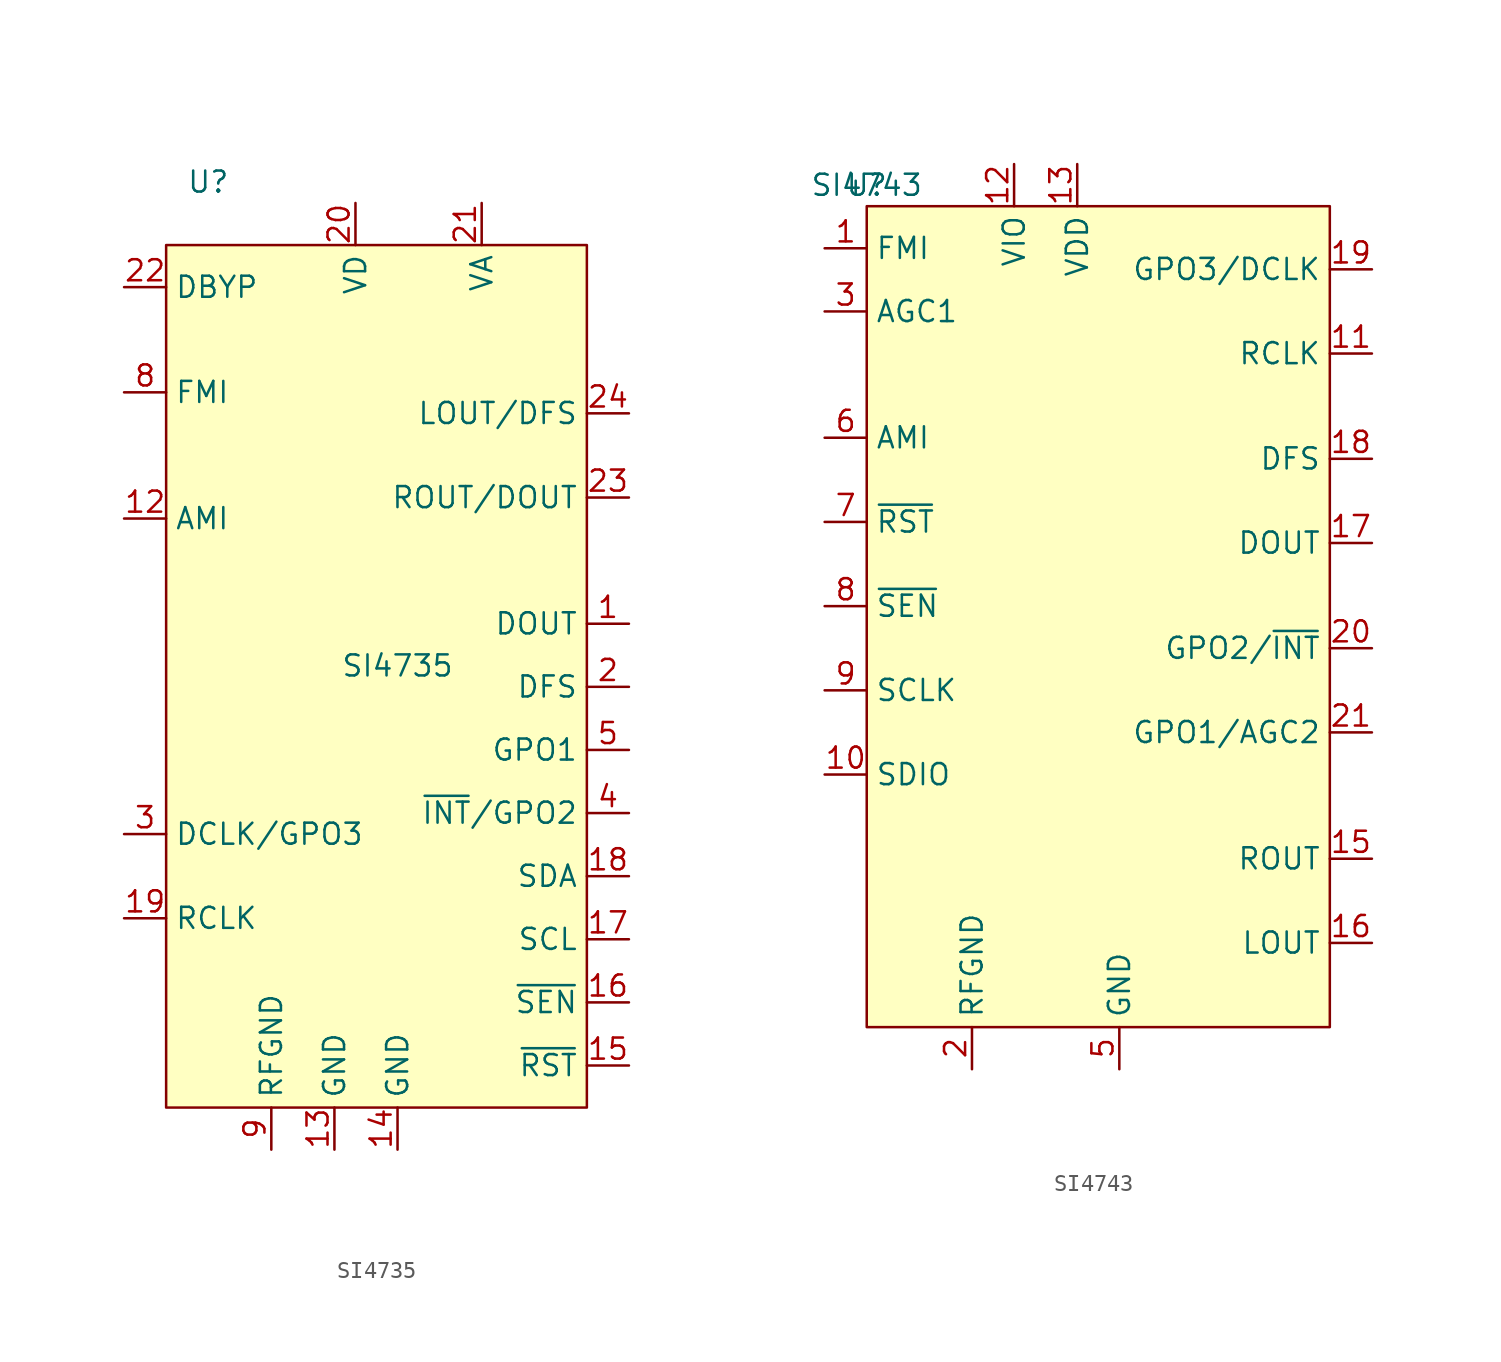
<source format=kicad_sym>
(kicad_symbol_lib
  (version 20211014)
  (generator kicad_symbol_editor)
  (symbol "SI4735"
    (property "Reference" "U"
      (at 2.54 5.08 0)
      (effects (font (size 1.27 1.27))))
    (property "Value" "SI4735"
      (at 13.97 -24.13 0)
      (effects (font (size 1.27 1.27))))
    (symbol "SI4735_0_1"
      (rectangle (start 0 1.27) (end 25.4 -50.8) (stroke (width 0) (type default) (color 0 0 0 0)) (fill (type background))))
    (symbol "SI4735_1_1"
      (pin input line (at 27.94 -21.59 180) (length 2.54) (name "DOUT" (effects (font (size 1.27 1.27)))) (number "1" (effects (font (size 1.27 1.27)))))
      (pin no_connect line (at 13.97 -6.35 90) (length 2.54) hide (name "NC" (effects (font (size 1.27 1.27)))) (number "10" (effects (font (size 1.27 1.27)))))
      (pin no_connect line (at 13.97 -6.35 90) (length 2.54) hide (name "NC" (effects (font (size 1.27 1.27)))) (number "11" (effects (font (size 1.27 1.27)))))
      (pin input line (at -2.54 -15.24 0) (length 2.54) (name "AMI" (effects (font (size 1.27 1.27)))) (number "12" (effects (font (size 1.27 1.27)))))
      (pin input line (at 10.16 -53.34 90) (length 2.54) (name "GND" (effects (font (size 1.27 1.27)))) (number "13" (effects (font (size 1.27 1.27)))))
      (pin input line (at 13.97 -53.34 90) (length 2.54) (name "GND" (effects (font (size 1.27 1.27)))) (number "14" (effects (font (size 1.27 1.27)))))
      (pin input line (at 27.94 -48.26 180) (length 2.54) (name "~{RST}" (effects (font (size 1.27 1.27)))) (number "15" (effects (font (size 1.27 1.27)))))
      (pin input line (at 27.94 -44.45 180) (length 2.54) (name "~{SEN}" (effects (font (size 1.27 1.27)))) (number "16" (effects (font (size 1.27 1.27)))))
      (pin input line (at 27.94 -40.64 180) (length 2.54) (name "SCL" (effects (font (size 1.27 1.27)))) (number "17" (effects (font (size 1.27 1.27)))))
      (pin input line (at 27.94 -36.83 180) (length 2.54) (name "SDA" (effects (font (size 1.27 1.27)))) (number "18" (effects (font (size 1.27 1.27)))))
      (pin input line (at -2.54 -39.37 0) (length 2.54) (name "RCLK" (effects (font (size 1.27 1.27)))) (number "19" (effects (font (size 1.27 1.27)))))
      (pin input line (at 27.94 -25.4 180) (length 2.54) (name "DFS" (effects (font (size 1.27 1.27)))) (number "2" (effects (font (size 1.27 1.27)))))
      (pin input line (at 11.43 3.81 270) (length 2.54) (name "VD" (effects (font (size 1.27 1.27)))) (number "20" (effects (font (size 1.27 1.27)))))
      (pin input line (at 19.05 3.81 270) (length 2.54) (name "VA" (effects (font (size 1.27 1.27)))) (number "21" (effects (font (size 1.27 1.27)))))
      (pin input line (at -2.54 -1.27 0) (length 2.54) (name "DBYP" (effects (font (size 1.27 1.27)))) (number "22" (effects (font (size 1.27 1.27)))))
      (pin input line (at 27.94 -13.97 180) (length 2.54) (name "ROUT/DOUT" (effects (font (size 1.27 1.27)))) (number "23" (effects (font (size 1.27 1.27)))))
      (pin input line (at 27.94 -8.89 180) (length 2.54) (name "LOUT/DFS" (effects (font (size 1.27 1.27)))) (number "24" (effects (font (size 1.27 1.27)))))
      (pin input line (at -2.54 -34.29 0) (length 2.54) (name "DCLK/GPO3" (effects (font (size 1.27 1.27)))) (number "3" (effects (font (size 1.27 1.27)))))
      (pin input line (at 27.94 -33.02 180) (length 2.54) (name "~{INT}/GPO2" (effects (font (size 1.27 1.27)))) (number "4" (effects (font (size 1.27 1.27)))))
      (pin input line (at 27.94 -29.21 180) (length 2.54) (name "GPO1" (effects (font (size 1.27 1.27)))) (number "5" (effects (font (size 1.27 1.27)))))
      (pin no_connect line (at 13.97 -6.35 90) (length 2.54) hide (name "NC" (effects (font (size 1.27 1.27)))) (number "6" (effects (font (size 1.27 1.27)))))
      (pin no_connect line (at 13.97 -6.35 90) (length 2.54) hide (name "NC" (effects (font (size 1.27 1.27)))) (number "7" (effects (font (size 1.27 1.27)))))
      (pin input line (at -2.54 -7.62 0) (length 2.54) (name "FMI" (effects (font (size 1.27 1.27)))) (number "8" (effects (font (size 1.27 1.27)))))
      (pin input line (at 6.35 -53.34 90) (length 2.54) (name "RFGND" (effects (font (size 1.27 1.27)))) (number "9" (effects (font (size 1.27 1.27)))))))
  (symbol "SI4743"
    (property "Reference" "U"
      (at 0 0 0)
      (effects (font (size 1.27 1.27))))
    (property "Value" "SI4743"
      (at 0 0 0)
      (effects (font (size 1.27 1.27))))
    (symbol "SI4743_0_1"
      (rectangle (start 0 -1.27) (end 27.94 -50.8) (stroke (width 0) (type default) (color 0 0 0 0)) (fill (type background))))
    (symbol "SI4743_1_1"
      (pin input line (at -2.54 -3.81 0) (length 2.54) (name "FMI" (effects (font (size 1.27 1.27)))) (number "1" (effects (font (size 1.27 1.27)))))
      (pin input line (at -2.54 -35.56 0) (length 2.54) (name "SDIO" (effects (font (size 1.27 1.27)))) (number "10" (effects (font (size 1.27 1.27)))))
      (pin input line (at 30.48 -10.16 180) (length 2.54) (name "RCLK" (effects (font (size 1.27 1.27)))) (number "11" (effects (font (size 1.27 1.27)))))
      (pin input line (at 8.89 1.27 270) (length 2.54) (name "VIO" (effects (font (size 1.27 1.27)))) (number "12" (effects (font (size 1.27 1.27)))))
      (pin input line (at 12.7 1.27 270) (length 2.54) (name "VDD" (effects (font (size 1.27 1.27)))) (number "13" (effects (font (size 1.27 1.27)))))
      (pin input line (at 15.24 -53.34 90) (length 2.54) hide (name "GND" (effects (font (size 1.27 1.27)))) (number "14" (effects (font (size 1.27 1.27)))))
      (pin output line (at 30.48 -40.64 180) (length 2.54) (name "ROUT" (effects (font (size 1.27 1.27)))) (number "15" (effects (font (size 1.27 1.27)))))
      (pin output line (at 30.48 -45.72 180) (length 2.54) (name "LOUT" (effects (font (size 1.27 1.27)))) (number "16" (effects (font (size 1.27 1.27)))))
      (pin input line (at 30.48 -21.59 180) (length 2.54) (name "DOUT" (effects (font (size 1.27 1.27)))) (number "17" (effects (font (size 1.27 1.27)))))
      (pin input line (at 30.48 -16.51 180) (length 2.54) (name "DFS" (effects (font (size 1.27 1.27)))) (number "18" (effects (font (size 1.27 1.27)))))
      (pin input line (at 30.48 -5.08 180) (length 2.54) (name "GPO3/DCLK" (effects (font (size 1.27 1.27)))) (number "19" (effects (font (size 1.27 1.27)))))
      (pin input line (at 6.35 -53.34 90) (length 2.54) (name "RFGND" (effects (font (size 1.27 1.27)))) (number "2" (effects (font (size 1.27 1.27)))))
      (pin input line (at 30.48 -27.94 180) (length 2.54) (name "GPO2/~{INT}" (effects (font (size 1.27 1.27)))) (number "20" (effects (font (size 1.27 1.27)))))
      (pin input line (at 30.48 -33.02 180) (length 2.54) (name "GPO1/AGC2" (effects (font (size 1.27 1.27)))) (number "21" (effects (font (size 1.27 1.27)))))
      (pin no_connect line (at -2.54 -11.43 0) (length 2.54) hide (name "NC" (effects (font (size 1.27 1.27)))) (number "22" (effects (font (size 1.27 1.27)))))
      (pin no_connect line (at -2.54 -11.43 0) (length 2.54) hide (name "NC" (effects (font (size 1.27 1.27)))) (number "23" (effects (font (size 1.27 1.27)))))
      (pin no_connect line (at -2.54 -11.43 0) (length 2.54) hide (name "NC" (effects (font (size 1.27 1.27)))) (number "24" (effects (font (size 1.27 1.27)))))
      (pin input line (at 15.24 -53.34 90) (length 2.54) hide (name "GND" (effects (font (size 1.27 1.27)))) (number "25" (effects (font (size 1.27 1.27)))))
      (pin input line (at -2.54 -7.62 0) (length 2.54) (name "AGC1" (effects (font (size 1.27 1.27)))) (number "3" (effects (font (size 1.27 1.27)))))
      (pin input line (at -2.54 -11.43 0) (length 2.54) hide (name "NC" (effects (font (size 1.27 1.27)))) (number "4" (effects (font (size 1.27 1.27)))))
      (pin input line (at 15.24 -53.34 90) (length 2.54) (name "GND" (effects (font (size 1.27 1.27)))) (number "5" (effects (font (size 1.27 1.27)))))
      (pin input line (at -2.54 -15.24 0) (length 2.54) (name "AMI" (effects (font (size 1.27 1.27)))) (number "6" (effects (font (size 1.27 1.27)))))
      (pin input line (at -2.54 -20.32 0) (length 2.54) (name "~{RST}" (effects (font (size 1.27 1.27)))) (number "7" (effects (font (size 1.27 1.27)))))
      (pin input line (at -2.54 -25.4 0) (length 2.54) (name "~{SEN}" (effects (font (size 1.27 1.27)))) (number "8" (effects (font (size 1.27 1.27)))))
      (pin input line (at -2.54 -30.48 0) (length 2.54) (name "SCLK" (effects (font (size 1.27 1.27)))) (number "9" (effects (font (size 1.27 1.27))))))))
</source>
